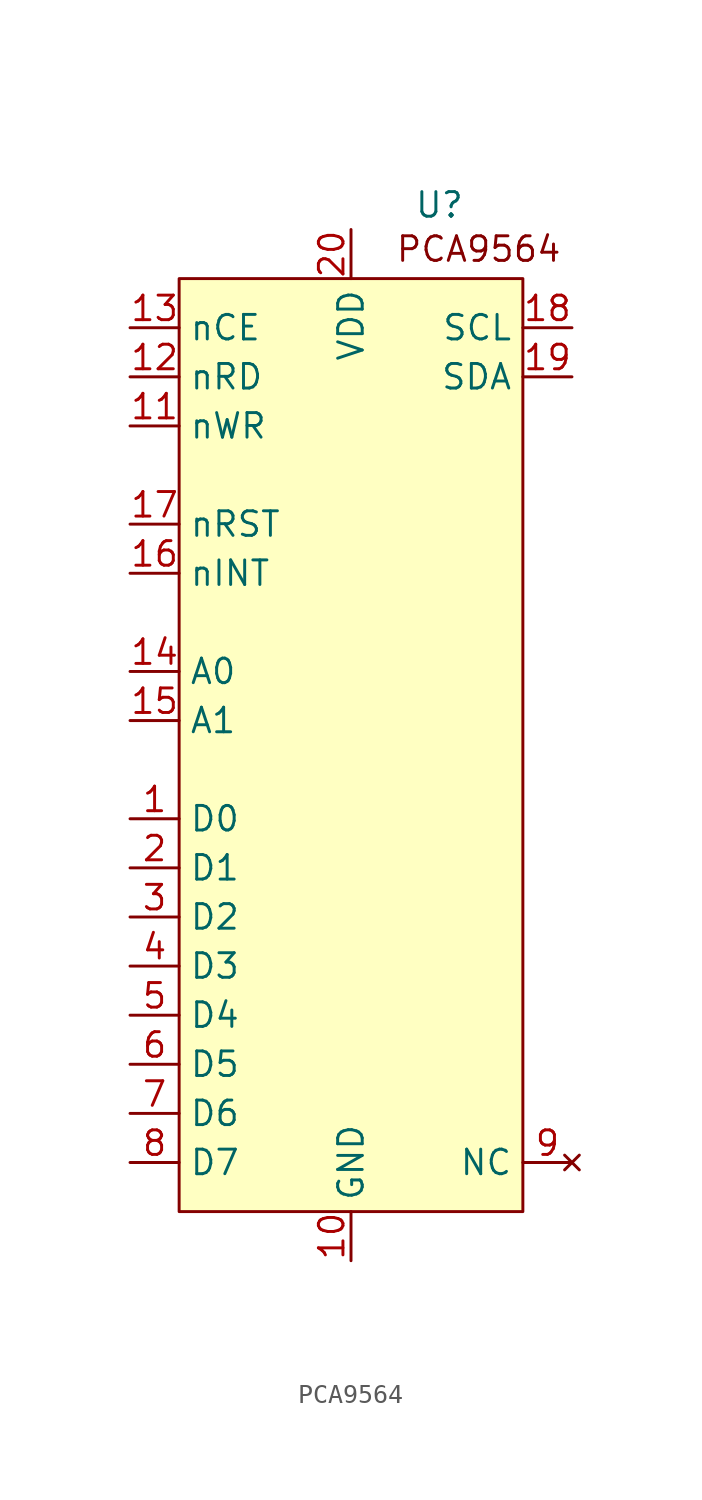
<source format=kicad_sym>
(kicad_symbol_lib
  (version 20241209)
  (generator "kicad_symbol_editor")
  (generator_version "9.0")
  (symbol "PCA9564"
    (property "Reference" "U"
      (at 7.112 54.61 0)
      (effects (font (size 1.27 1.27))))
    (property "Value" ""
      (at 0 0 0)
      (effects (font (size 1.27 1.27))))
    (symbol "PCA9564_1_1"
      (rectangle (start -6.35 50.8) (end 11.43 2.54) (stroke (width 0) (type solid)) (fill (type background)))
      (text "PCA9564" (at 9.144 52.324 0) (effects (font (size 1.27 1.27))))
      (pin input line (at -8.89 48.26 0) (length 2.54) (name "nCE" (effects (font (size 1.27 1.27)))) (number "13" (effects (font (size 1.27 1.27)))))
      (pin input line (at -8.89 45.72 0) (length 2.54) (name "nRD" (effects (font (size 1.27 1.27)))) (number "12" (effects (font (size 1.27 1.27)))))
      (pin input line (at -8.89 43.18 0) (length 2.54) (name "nWR" (effects (font (size 1.27 1.27)))) (number "11" (effects (font (size 1.27 1.27)))))
      (pin input line (at -8.89 38.1 0) (length 2.54) (name "nRST" (effects (font (size 1.27 1.27)))) (number "17" (effects (font (size 1.27 1.27)))))
      (pin input line (at -8.89 35.56 0) (length 2.54) (name "nINT" (effects (font (size 1.27 1.27)))) (number "16" (effects (font (size 1.27 1.27)))))
      (pin input line (at -8.89 30.48 0) (length 2.54) (name "A0" (effects (font (size 1.27 1.27)))) (number "14" (effects (font (size 1.27 1.27)))))
      (pin input line (at -8.89 27.94 0) (length 2.54) (name "A1" (effects (font (size 1.27 1.27)))) (number "15" (effects (font (size 1.27 1.27)))))
      (pin bidirectional line (at -8.89 22.86 0) (length 2.54) (name "D0" (effects (font (size 1.27 1.27)))) (number "1" (effects (font (size 1.27 1.27)))))
      (pin bidirectional line (at -8.89 20.32 0) (length 2.54) (name "D1" (effects (font (size 1.27 1.27)))) (number "2" (effects (font (size 1.27 1.27)))))
      (pin bidirectional line (at -8.89 17.78 0) (length 2.54) (name "D2" (effects (font (size 1.27 1.27)))) (number "3" (effects (font (size 1.27 1.27)))))
      (pin bidirectional line (at -8.89 15.24 0) (length 2.54) (name "D3" (effects (font (size 1.27 1.27)))) (number "4" (effects (font (size 1.27 1.27)))))
      (pin bidirectional line (at -8.89 12.7 0) (length 2.54) (name "D4" (effects (font (size 1.27 1.27)))) (number "5" (effects (font (size 1.27 1.27)))))
      (pin bidirectional line (at -8.89 10.16 0) (length 2.54) (name "D5" (effects (font (size 1.27 1.27)))) (number "6" (effects (font (size 1.27 1.27)))))
      (pin bidirectional line (at -8.89 7.62 0) (length 2.54) (name "D6" (effects (font (size 1.27 1.27)))) (number "7" (effects (font (size 1.27 1.27)))))
      (pin bidirectional line (at -8.89 5.08 0) (length 2.54) (name "D7" (effects (font (size 1.27 1.27)))) (number "8" (effects (font (size 1.27 1.27)))))
      (pin power_in line (at 2.54 53.34 270) (length 2.54) (name "VDD" (effects (font (size 1.27 1.27)))) (number "20" (effects (font (size 1.27 1.27)))))
      (pin power_in line (at 2.54 0 90) (length 2.54) (name "GND" (effects (font (size 1.27 1.27)))) (number "10" (effects (font (size 1.27 1.27)))))
      (pin bidirectional line (at 13.97 48.26 180) (length 2.54) (name "SCL" (effects (font (size 1.27 1.27)))) (number "18" (effects (font (size 1.27 1.27)))))
      (pin bidirectional line (at 13.97 45.72 180) (length 2.54) (name "SDA" (effects (font (size 1.27 1.27)))) (number "19" (effects (font (size 1.27 1.27)))))
      (pin no_connect line (at 13.97 5.08 180) (length 2.54) (name "NC" (effects (font (size 1.27 1.27)))) (number "9" (effects (font (size 1.27 1.27))))))))
</source>
